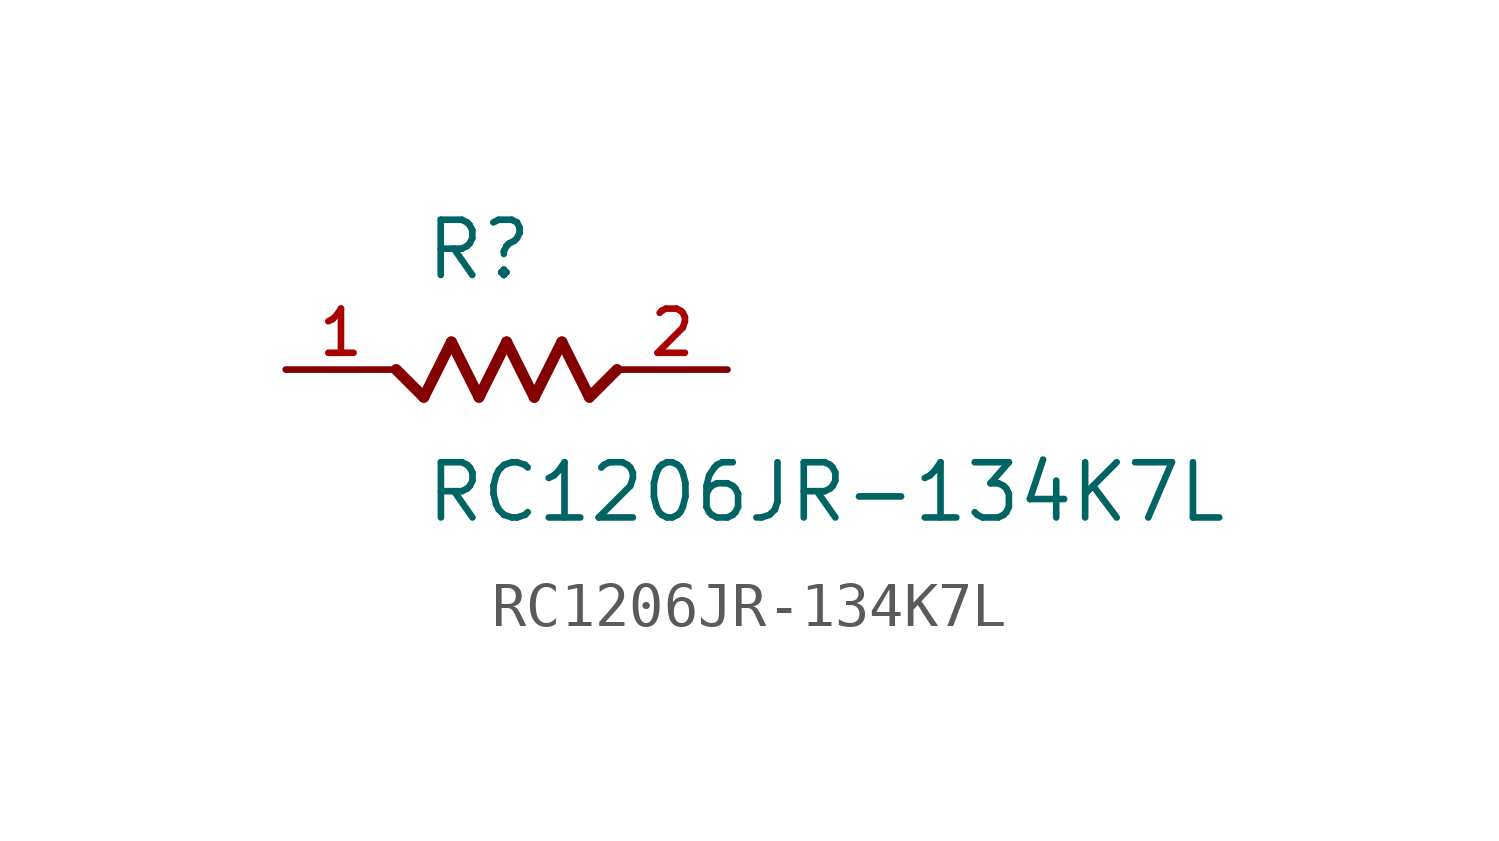
<source format=kicad_sym>
(kicad_symbol_lib
  (version 20220914)
  (generator kicad_symbol_editor)
  (symbol "RC1206JR-134K7L"
    (pin_names
      (offset 1.016))
    (property "Reference" "R"
      (at -3.823 2.013 0)
      (effects (font (size 1.27 1.27)) (justify left bottom)))
    (property "Value" "RC1206JR-134K7L"
      (at -3.819 -3.564 0)
      (effects (font (size 1.27 1.27)) (justify left bottom)))
    (symbol "RC1206JR-134K7L_0_0"
      (polyline (pts (xy -4.445 0) (xy -3.81 -0.635)) (stroke (width 0.254) (type default)) (fill (type none)))
      (polyline (pts (xy -3.81 -0.635) (xy -3.175 0.635)) (stroke (width 0.254) (type default)) (fill (type none)))
      (polyline (pts (xy -3.175 0.635) (xy -2.54 -0.635)) (stroke (width 0.254) (type default)) (fill (type none)))
      (polyline (pts (xy -2.54 -0.635) (xy -1.905 0.635)) (stroke (width 0.254) (type default)) (fill (type none)))
      (polyline (pts (xy -1.905 0.635) (xy -1.27 -0.635)) (stroke (width 0.254) (type default)) (fill (type none)))
      (polyline (pts (xy -1.27 -0.635) (xy -0.635 0.635)) (stroke (width 0.254) (type default)) (fill (type none)))
      (polyline (pts (xy -0.635 0.635) (xy 0 -0.635)) (stroke (width 0.254) (type default)) (fill (type none)))
      (polyline (pts (xy 0 -0.635) (xy 0.635 0)) (stroke (width 0.254) (type default)) (fill (type none)))
      (pin passive line (at -6.985 0 0) (length 2.54) (name "~" (effects (font (size 1.016 1.016)))) (number "1" (effects (font (size 1.016 1.016)))))
      (pin passive line (at 3.175 0 180) (length 2.54) (name "~" (effects (font (size 1.016 1.016)))) (number "2" (effects (font (size 1.016 1.016))))))))
</source>
